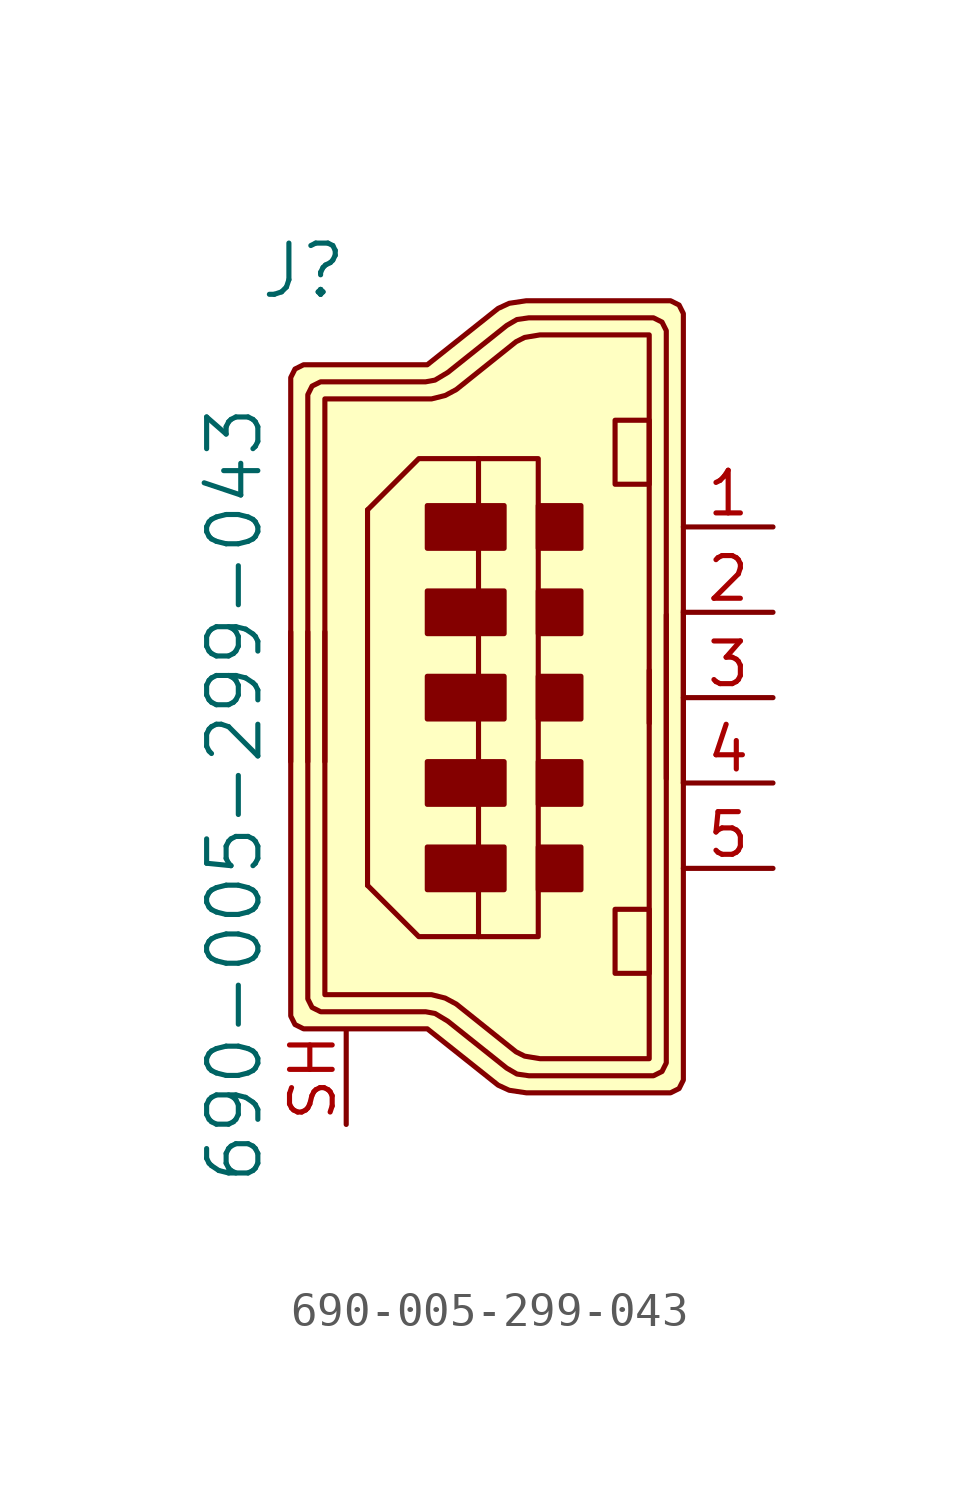
<source format=kicad_sym>
(kicad_symbol_lib
  (version 20220914)
  (generator kicad_symbol_editor)
  (symbol "690-005-299-043"
    (pin_names
      (offset 1.016))
    (property "Reference" "J"
      (at 8.89 30.48 0)
      (effects (font (size 1.524 1.524))))
    (property "Value" "690-005-299-043"
      (at 6.833 14.884 90)
      (effects (font (size 1.524 1.524))))
    (symbol "690-005-299-043_0_1"
      (polyline (pts (xy 10.795 23.368) (xy 10.795 12.192)) (stroke (width 0) (type solid)) (fill (type none)))
      (polyline (pts (xy 10.795 12.192) (xy 12.319 10.668) (xy 14.097 10.668)) (stroke (width 0) (type solid)) (fill (type none)))
      (polyline (pts (xy 10.795 23.368) (xy 12.319 24.892) (xy 14.097 24.892)) (stroke (width 0) (type solid)) (fill (type none)))
      (polyline (pts (xy 19.177 17.018) (xy 19.177 28.575) (xy 15.926 28.575) (xy 15.469 28.499) (xy 15.215 28.372) (xy 13.437 26.949) (xy 13.106 26.772) (xy 12.7 26.67) (xy 9.525 26.67) (xy 9.525 15.875)) (stroke (width 0) (type solid)) (fill (type none)))
      (polyline (pts (xy 19.177 18.593) (xy 19.177 7.036) (xy 15.926 7.036) (xy 15.469 7.112) (xy 15.215 7.239) (xy 13.437 8.661) (xy 13.106 8.839) (xy 12.7 8.941) (xy 9.525 8.941) (xy 9.525 19.736)) (stroke (width 0) (type solid)) (fill (type none)))
      (polyline (pts (xy 20.193 15.24) (xy 20.193 28.956) (xy 20.193 29.21) (xy 20.066 29.464) (xy 19.812 29.591) (xy 19.558 29.591) (xy 15.519 29.591) (xy 15.011 29.515) (xy 14.681 29.362) (xy 12.573 27.686) (xy 9.144 27.686) (xy 8.89 27.686) (xy 8.636 27.559) (xy 8.509 27.305) (xy 8.509 27.051) (xy 8.509 15.875)) (stroke (width 0) (type solid)) (fill (type background)))
      (polyline (pts (xy 20.193 20.371) (xy 20.193 6.655) (xy 20.193 6.401) (xy 20.066 6.147) (xy 19.812 6.02) (xy 19.558 6.02) (xy 15.519 6.02) (xy 15.011 6.096) (xy 14.681 6.248) (xy 12.573 7.925) (xy 9.144 7.925) (xy 8.89 7.925) (xy 8.636 8.052) (xy 8.509 8.306) (xy 8.509 8.56) (xy 8.509 19.736)) (stroke (width 0) (type solid)) (fill (type background)))
      (polyline (pts (xy 19.685 15.367) (xy 19.685 28.448) (xy 19.685 28.702) (xy 19.558 28.956) (xy 19.304 29.083) (xy 19.05 29.083) (xy 15.596 29.083) (xy 15.24 29.032) (xy 14.935 28.854) (xy 13.183 27.457) (xy 12.802 27.229) (xy 12.522 27.178) (xy 9.652 27.178) (xy 9.398 27.178) (xy 9.144 27.051) (xy 9.017 26.797) (xy 9.017 26.543) (xy 9.017 15.875)) (stroke (width 0) (type solid)) (fill (type none)))
      (polyline (pts (xy 19.685 20.244) (xy 19.685 7.163) (xy 19.685 6.909) (xy 19.558 6.655) (xy 19.304 6.528) (xy 19.05 6.528) (xy 15.596 6.528) (xy 15.24 6.579) (xy 14.935 6.756) (xy 13.183 8.153) (xy 12.802 8.382) (xy 12.522 8.433) (xy 9.652 8.433) (xy 9.398 8.433) (xy 9.144 8.56) (xy 9.017 8.814) (xy 9.017 9.068) (xy 9.017 19.736)) (stroke (width 0) (type solid)) (fill (type none)))
      (rectangle (start 14.859 12.065) (end 12.573 13.335) (stroke (width 0) (type solid)) (fill (type outline)))
      (rectangle (start 14.859 14.605) (end 12.573 15.875) (stroke (width 0) (type solid)) (fill (type outline)))
      (rectangle (start 14.859 17.145) (end 12.573 18.415) (stroke (width 0) (type solid)) (fill (type outline)))
      (rectangle (start 14.859 19.685) (end 12.573 20.955) (stroke (width 0) (type solid)) (fill (type outline)))
      (rectangle (start 14.859 22.225) (end 12.573 23.495) (stroke (width 0) (type solid)) (fill (type outline)))
      (rectangle (start 15.875 10.668) (end 14.097 24.892) (stroke (width 0) (type solid)) (fill (type none)))
      (rectangle (start 17.145 13.335) (end 15.875 12.065) (stroke (width 0) (type solid)) (fill (type outline)))
      (rectangle (start 17.145 15.875) (end 15.875 14.605) (stroke (width 0) (type solid)) (fill (type outline)))
      (rectangle (start 17.145 18.415) (end 15.875 17.145) (stroke (width 0) (type solid)) (fill (type outline)))
      (rectangle (start 17.145 20.955) (end 15.875 19.685) (stroke (width 0) (type solid)) (fill (type outline)))
      (rectangle (start 17.145 23.495) (end 15.875 22.225) (stroke (width 0) (type solid)) (fill (type outline)))
      (rectangle (start 18.161 9.576) (end 19.177 11.481) (stroke (width 0) (type solid)) (fill (type none)))
      (rectangle (start 18.161 26.035) (end 19.177 24.13) (stroke (width 0) (type solid)) (fill (type none))))
    (symbol "690-005-299-043_1_1"
      (pin passive line (at 22.86 22.86 180) (length 2.667) (name "~" (effects (font (size 1.27 1.27)))) (number "1" (effects (font (size 1.27 1.27)))))
      (pin passive line (at 22.86 20.32 180) (length 2.667) (name "~" (effects (font (size 1.27 1.27)))) (number "2" (effects (font (size 1.27 1.27)))))
      (pin passive line (at 22.86 17.78 180) (length 2.667) (name "~" (effects (font (size 1.27 1.27)))) (number "3" (effects (font (size 1.27 1.27)))))
      (pin passive line (at 22.86 15.24 180) (length 2.667) (name "~" (effects (font (size 1.27 1.27)))) (number "4" (effects (font (size 1.27 1.27)))))
      (pin passive line (at 22.86 12.7 180) (length 2.667) (name "~" (effects (font (size 1.27 1.27)))) (number "5" (effects (font (size 1.27 1.27)))))
      (pin passive line (at 10.16 5.08 90) (length 2.794) (name "~" (effects (font (size 1.27 1.27)))) (number "SH" (effects (font (size 1.27 1.27))))))))
</source>
